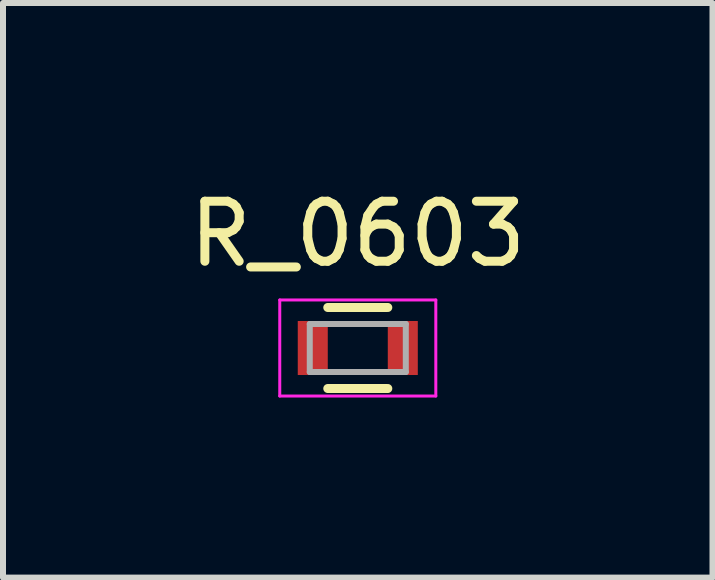
<source format=kicad_pcb>
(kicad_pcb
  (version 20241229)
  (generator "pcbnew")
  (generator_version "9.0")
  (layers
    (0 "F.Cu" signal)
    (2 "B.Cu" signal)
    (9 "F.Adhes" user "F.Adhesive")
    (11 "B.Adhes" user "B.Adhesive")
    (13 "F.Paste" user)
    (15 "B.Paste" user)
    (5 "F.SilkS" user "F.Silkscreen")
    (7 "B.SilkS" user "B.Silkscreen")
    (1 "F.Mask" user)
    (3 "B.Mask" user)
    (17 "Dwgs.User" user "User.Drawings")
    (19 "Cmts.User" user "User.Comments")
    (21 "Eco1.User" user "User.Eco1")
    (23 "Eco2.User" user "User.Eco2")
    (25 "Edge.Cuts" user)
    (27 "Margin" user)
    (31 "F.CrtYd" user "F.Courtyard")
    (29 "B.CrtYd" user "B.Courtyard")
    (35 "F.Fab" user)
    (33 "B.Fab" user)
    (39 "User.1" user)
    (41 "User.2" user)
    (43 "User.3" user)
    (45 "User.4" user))
  (footprint "R_0603"
    (layer "F.Cu")
    (at 2.911 2.748)
    (property "Reference" "R_0603" (at 0 -1.9 0) (layer "F.SilkS") (effects (font (size 1 1) (thickness 0.15))))
    (attr smd)
    (fp_line (start -0.5 -0.675) (end 0.5 -0.675) (stroke (width 0.15) (type solid)) (layer "F.SilkS"))
    (fp_line (start 0.5 0.675) (end -0.5 0.675) (stroke (width 0.15) (type solid)) (layer "F.SilkS"))
    (fp_line (start -1.3 -0.8) (end -1.3 0.8) (stroke (width 0.05) (type solid)) (layer "F.CrtYd"))
    (fp_line (start -1.3 -0.8) (end 1.3 -0.8) (stroke (width 0.05) (type solid)) (layer "F.CrtYd"))
    (fp_line (start -1.3 0.8) (end 1.3 0.8) (stroke (width 0.05) (type solid)) (layer "F.CrtYd"))
    (fp_line (start 1.3 -0.8) (end 1.3 0.8) (stroke (width 0.05) (type solid)) (layer "F.CrtYd"))
    (fp_line (start -0.8 -0.4) (end 0.8 -0.4) (stroke (width 0.1) (type solid)) (layer "F.Fab"))
    (fp_line (start -0.8 0.4) (end -0.8 -0.4) (stroke (width 0.1) (type solid)) (layer "F.Fab"))
    (fp_line (start 0.8 -0.4) (end 0.8 0.4) (stroke (width 0.1) (type solid)) (layer "F.Fab"))
    (fp_line (start 0.8 0.4) (end -0.8 0.4) (stroke (width 0.1) (type solid)) (layer "F.Fab"))
    (pad "1" smd rect (at -0.75 0) (size 0.5 0.9) (layers "F.Cu" "F.Mask" "F.Paste"))
    (pad "2" smd rect (at 0.75 0) (size 0.5 0.9) (layers "F.Cu" "F.Mask" "F.Paste")))
  (gr_rect
    (start -3 -3)
    (end 8.821 6.573)
    (stroke (width 0.1) (type default))
    (fill no)
    (layer "Edge.Cuts")))
</source>
